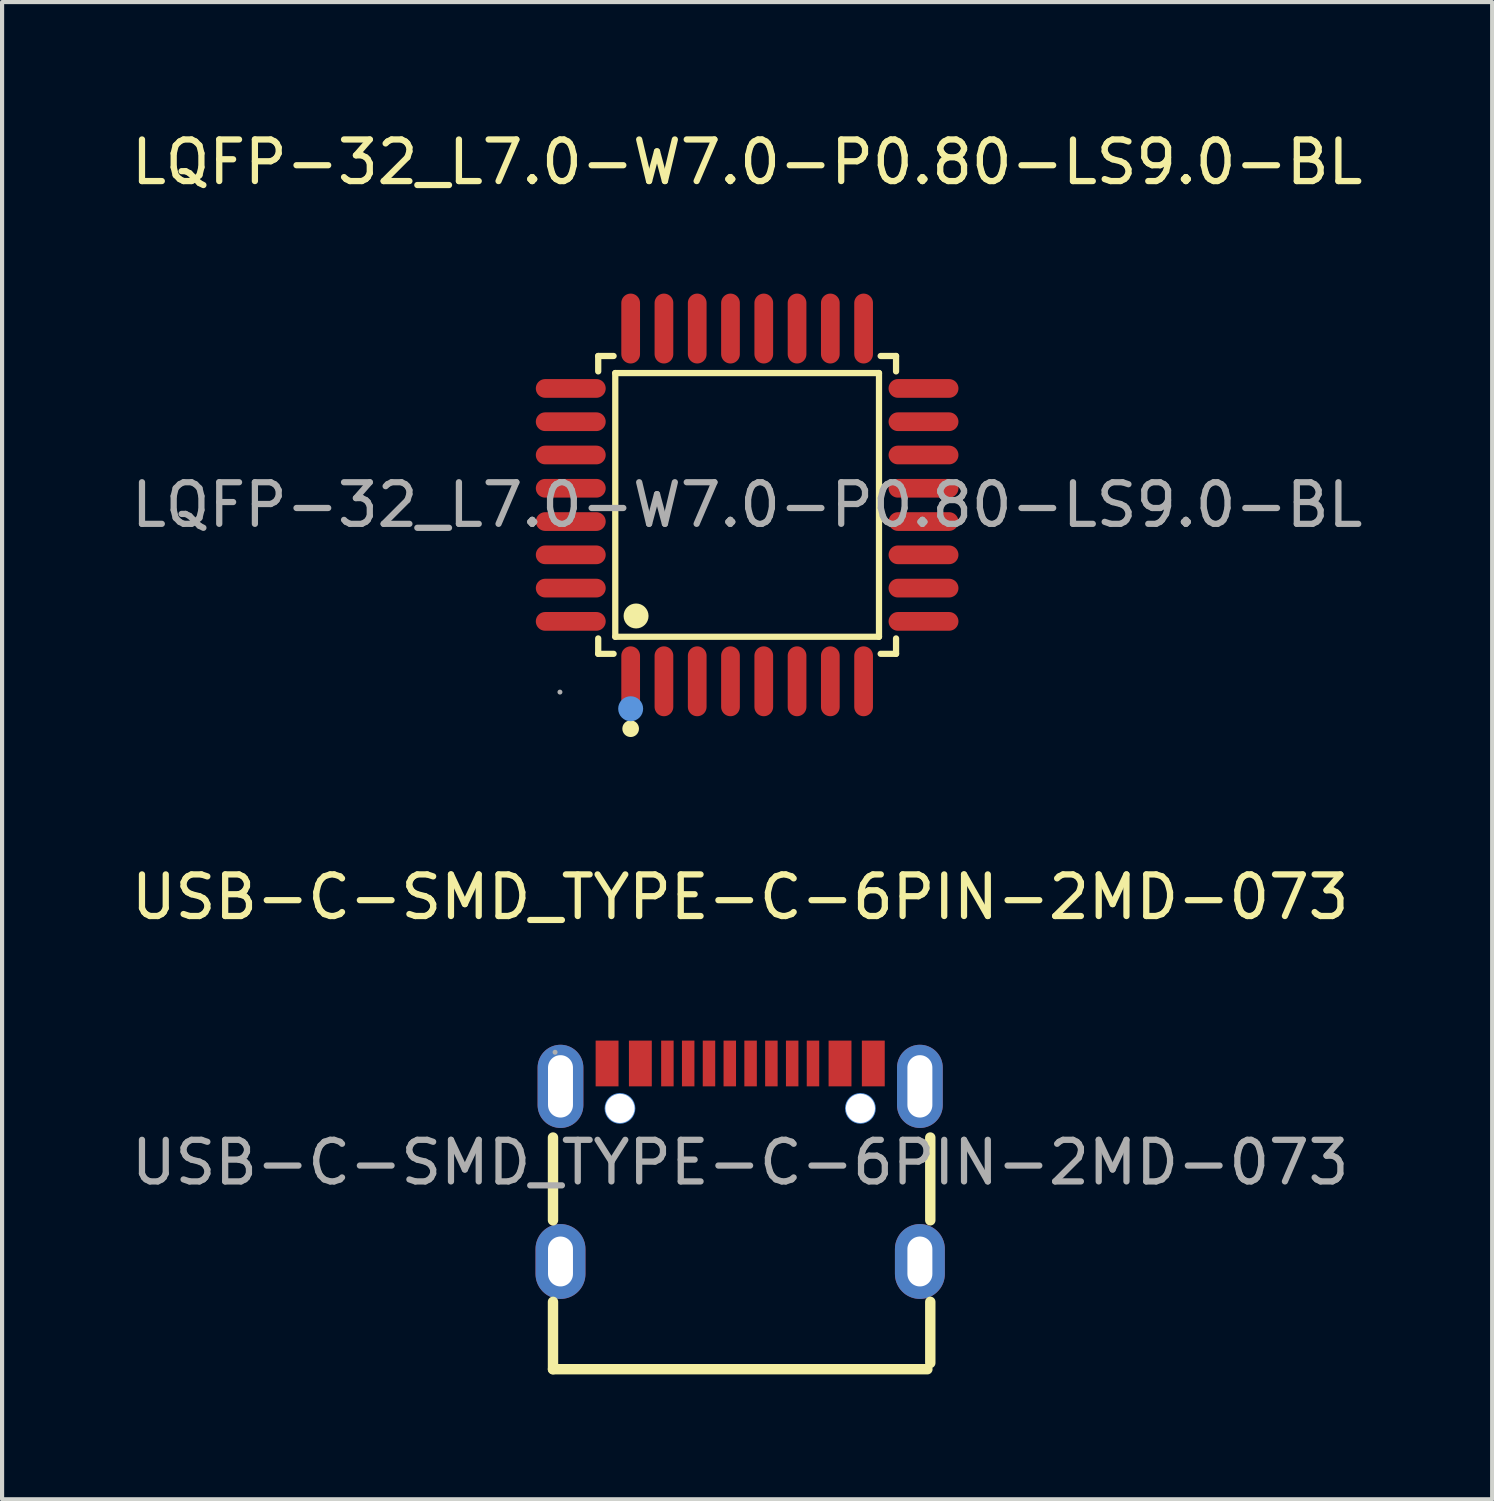
<source format=kicad_pcb>
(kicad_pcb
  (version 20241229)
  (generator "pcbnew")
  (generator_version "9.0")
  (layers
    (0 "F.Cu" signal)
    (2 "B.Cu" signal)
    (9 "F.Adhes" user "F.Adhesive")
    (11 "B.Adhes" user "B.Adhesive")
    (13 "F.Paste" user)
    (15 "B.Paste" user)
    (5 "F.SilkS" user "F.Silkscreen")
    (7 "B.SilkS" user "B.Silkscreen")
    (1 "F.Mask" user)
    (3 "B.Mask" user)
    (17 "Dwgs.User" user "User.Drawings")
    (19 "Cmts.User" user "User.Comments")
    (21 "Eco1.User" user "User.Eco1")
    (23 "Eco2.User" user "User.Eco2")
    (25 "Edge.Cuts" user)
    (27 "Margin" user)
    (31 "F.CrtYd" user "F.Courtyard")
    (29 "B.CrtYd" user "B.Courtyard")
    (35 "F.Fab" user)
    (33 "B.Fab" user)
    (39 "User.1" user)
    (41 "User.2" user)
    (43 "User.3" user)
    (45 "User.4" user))
  (footprint "LQFP-32_L7.0-W7.0-P0.80-LS9.0-BL"
    (layer "F.Cu")
    (at 14.911 9.088)
    (property "Reference" "LQFP-32_L7.0-W7.0-P0.80-LS9.0-BL" (at 0 -8.24 0) (layer "F.SilkS") (effects (font (size 1 1) (thickness 0.15))))
    (attr smd)
    (fp_line (start -3.58 -3.58) (end -3.21 -3.58) (stroke (width 0.15) (type solid)) (layer "F.SilkS"))
    (fp_line (start -3.58 -3.21) (end -3.58 -3.58) (stroke (width 0.15) (type solid)) (layer "F.SilkS"))
    (fp_line (start -3.58 3.21) (end -3.58 3.58) (stroke (width 0.15) (type solid)) (layer "F.SilkS"))
    (fp_line (start -3.58 3.58) (end -3.21 3.58) (stroke (width 0.15) (type solid)) (layer "F.SilkS"))
    (fp_line (start -3.17 -3.17) (end 3.17 -3.17) (stroke (width 0.15) (type solid)) (layer "F.SilkS"))
    (fp_line (start -3.17 3.17) (end -3.17 -3.17) (stroke (width 0.15) (type solid)) (layer "F.SilkS"))
    (fp_line (start 3.17 -3.17) (end 3.17 3.17) (stroke (width 0.15) (type solid)) (layer "F.SilkS"))
    (fp_line (start 3.17 3.17) (end -3.17 3.17) (stroke (width 0.15) (type solid)) (layer "F.SilkS"))
    (fp_line (start 3.58 -3.58) (end 3.21 -3.58) (stroke (width 0.15) (type solid)) (layer "F.SilkS"))
    (fp_line (start 3.58 -3.21) (end 3.58 -3.58) (stroke (width 0.15) (type solid)) (layer "F.SilkS"))
    (fp_line (start 3.58 3.21) (end 3.58 3.58) (stroke (width 0.15) (type solid)) (layer "F.SilkS"))
    (fp_line (start 3.58 3.58) (end 3.21 3.58) (stroke (width 0.15) (type solid)) (layer "F.SilkS"))
    (fp_circle (center -2.8 5.38) (end -2.7 5.38) (stroke (width 0.2) (type solid)) (fill no) (layer "F.SilkS"))
    (fp_circle (center -2.67 2.67) (end -2.52 2.67) (stroke (width 0.3) (type solid)) (fill no) (layer "F.SilkS"))
    (fp_circle (center -2.8 4.9) (end -2.65 4.9) (stroke (width 0.3) (type solid)) (fill no) (layer "Cmts.User"))
    (fp_circle (center -4.5 4.5) (end -4.47 4.5) (stroke (width 0.06) (type solid)) (fill no) (layer "F.Fab"))
    (fp_text user "${REFERENCE}" (at 0 0 0) (layer "F.Fab") (effects (font (size 1 1) (thickness 0.15))))
    (pad "1" smd oval (at -2.8 4.24) (size 0.45 1.68) (layers "F.Cu" "F.Mask" "F.Paste"))
    (pad "2" smd oval (at -2 4.24) (size 0.45 1.68) (layers "F.Cu" "F.Mask" "F.Paste"))
    (pad "3" smd oval (at -1.2 4.24) (size 0.45 1.68) (layers "F.Cu" "F.Mask" "F.Paste"))
    (pad "4" smd oval (at -0.4 4.24) (size 0.45 1.68) (layers "F.Cu" "F.Mask" "F.Paste"))
    (pad "5" smd oval (at 0.4 4.24) (size 0.45 1.68) (layers "F.Cu" "F.Mask" "F.Paste"))
    (pad "6" smd oval (at 1.2 4.24) (size 0.45 1.68) (layers "F.Cu" "F.Mask" "F.Paste"))
    (pad "7" smd oval (at 2 4.24) (size 0.45 1.68) (layers "F.Cu" "F.Mask" "F.Paste"))
    (pad "8" smd oval (at 2.8 4.24) (size 0.45 1.68) (layers "F.Cu" "F.Mask" "F.Paste"))
    (pad "9" smd oval (at 4.24 2.8) (size 1.68 0.45) (layers "F.Cu" "F.Mask" "F.Paste"))
    (pad "10" smd oval (at 4.24 2) (size 1.68 0.45) (layers "F.Cu" "F.Mask" "F.Paste"))
    (pad "11" smd oval (at 4.24 1.2) (size 1.68 0.45) (layers "F.Cu" "F.Mask" "F.Paste"))
    (pad "12" smd oval (at 4.24 0.4) (size 1.68 0.45) (layers "F.Cu" "F.Mask" "F.Paste"))
    (pad "13" smd oval (at 4.24 -0.4) (size 1.68 0.45) (layers "F.Cu" "F.Mask" "F.Paste"))
    (pad "14" smd oval (at 4.24 -1.2) (size 1.68 0.45) (layers "F.Cu" "F.Mask" "F.Paste"))
    (pad "15" smd oval (at 4.24 -2) (size 1.68 0.45) (layers "F.Cu" "F.Mask" "F.Paste"))
    (pad "16" smd oval (at 4.24 -2.8) (size 1.68 0.45) (layers "F.Cu" "F.Mask" "F.Paste"))
    (pad "17" smd oval (at 2.8 -4.24) (size 0.45 1.68) (layers "F.Cu" "F.Mask" "F.Paste"))
    (pad "18" smd oval (at 2 -4.24) (size 0.45 1.68) (layers "F.Cu" "F.Mask" "F.Paste"))
    (pad "19" smd oval (at 1.2 -4.24) (size 0.45 1.68) (layers "F.Cu" "F.Mask" "F.Paste"))
    (pad "20" smd oval (at 0.4 -4.24) (size 0.45 1.68) (layers "F.Cu" "F.Mask" "F.Paste"))
    (pad "21" smd oval (at -0.4 -4.24) (size 0.45 1.68) (layers "F.Cu" "F.Mask" "F.Paste"))
    (pad "22" smd oval (at -1.2 -4.24) (size 0.45 1.68) (layers "F.Cu" "F.Mask" "F.Paste"))
    (pad "23" smd oval (at -2 -4.24) (size 0.45 1.68) (layers "F.Cu" "F.Mask" "F.Paste"))
    (pad "24" smd oval (at -2.8 -4.24) (size 0.45 1.68) (layers "F.Cu" "F.Mask" "F.Paste"))
    (pad "25" smd oval (at -4.24 -2.8) (size 1.68 0.45) (layers "F.Cu" "F.Mask" "F.Paste"))
    (pad "26" smd oval (at -4.24 -2) (size 1.68 0.45) (layers "F.Cu" "F.Mask" "F.Paste"))
    (pad "27" smd oval (at -4.24 -1.2) (size 1.68 0.45) (layers "F.Cu" "F.Mask" "F.Paste"))
    (pad "28" smd oval (at -4.24 -0.4) (size 1.68 0.45) (layers "F.Cu" "F.Mask" "F.Paste"))
    (pad "29" smd oval (at -4.24 0.4) (size 1.68 0.45) (layers "F.Cu" "F.Mask" "F.Paste"))
    (pad "30" smd oval (at -4.24 1.2) (size 1.68 0.45) (layers "F.Cu" "F.Mask" "F.Paste"))
    (pad "31" smd oval (at -4.24 2) (size 1.68 0.45) (layers "F.Cu" "F.Mask" "F.Paste"))
    (pad "32" smd oval (at -4.24 2.8) (size 1.68 0.45) (layers "F.Cu" "F.Mask" "F.Paste")))
  (footprint "USB-C-SMD_TYPE-C-6PIN-2MD-073"
    (layer "F.Cu")
    (at 14.744 24.896)
    (property "Reference" "USB-C-SMD_TYPE-C-6PIN-2MD-073" (at 0 -6.38 0) (layer "F.SilkS") (effects (font (size 1 1) (thickness 0.15))))
    (attr smd)
    (fp_line (start -4.5 1.39) (end -4.5 -0.6) (stroke (width 0.25) (type solid)) (layer "F.SilkS"))
    (fp_line (start -4.5 4.97) (end -4.5 3.35) (stroke (width 0.25) (type solid)) (layer "F.SilkS"))
    (fp_line (start 4.5 4.97) (end -4.5 4.97) (stroke (width 0.25) (type solid)) (layer "F.SilkS"))
    (fp_line (start 4.57 1.39) (end 4.57 -0.6) (stroke (width 0.25) (type solid)) (layer "F.SilkS"))
    (fp_line (start 4.57 4.82) (end 4.57 3.35) (stroke (width 0.25) (type solid)) (layer "F.SilkS"))
    (fp_circle (center -2.89 -1.3) (end -2.77 -1.3) (stroke (width 0.25) (type solid)) (fill no) (layer "Cmts.User"))
    (fp_circle (center 2.89 -1.3) (end 3.01 -1.3) (stroke (width 0.25) (type solid)) (fill no) (layer "Cmts.User"))
    (fp_circle (center -4.45 -2.65) (end -4.42 -2.65) (stroke (width 0.06) (type solid)) (fill no) (layer "F.Fab"))
    (fp_text user "${REFERENCE}" (at 0 0 0) (layer "F.Fab") (effects (font (size 1 1) (thickness 0.15))))
    (pad "" np_thru_hole circle (at -2.89 -1.3) (size 0.7 0.7) (drill 0.7) (layers "*.Cu" "*.Mask"))
    (pad "" np_thru_hole circle (at 2.89 -1.3) (size 0.7 0.7) (drill 0.7) (layers "*.Cu" "*.Mask"))
    (pad "1" smd rect (at -3.2 -2.38) (size 0.55 1.1) (layers "F.Cu" "F.Mask" "F.Paste"))
    (pad "2" smd rect (at -2.4 -2.38) (size 0.55 1.1) (layers "F.Cu" "F.Mask" "F.Paste"))
    (pad "3" smd rect (at -1.75 -2.38) (size 0.3 1.1) (layers "F.Cu" "F.Mask" "F.Paste"))
    (pad "4" smd rect (at -1.25 -2.38) (size 0.3 1.1) (layers "F.Cu" "F.Mask" "F.Paste"))
    (pad "5" smd rect (at -0.75 -2.38) (size 0.3 1.1) (layers "F.Cu" "F.Mask" "F.Paste"))
    (pad "6" smd rect (at -0.25 -2.38) (size 0.3 1.1) (layers "F.Cu" "F.Mask" "F.Paste"))
    (pad "7" smd rect (at 0.25 -2.38) (size 0.3 1.1) (layers "F.Cu" "F.Mask" "F.Paste"))
    (pad "8" smd rect (at 0.75 -2.38) (size 0.3 1.1) (layers "F.Cu" "F.Mask" "F.Paste"))
    (pad "9" smd rect (at 1.25 -2.38) (size 0.3 1.1) (layers "F.Cu" "F.Mask" "F.Paste"))
    (pad "10" smd rect (at 1.75 -2.38) (size 0.3 1.1) (layers "F.Cu" "F.Mask" "F.Paste"))
    (pad "11" smd rect (at 2.4 -2.38) (size 0.55 1.1) (layers "F.Cu" "F.Mask" "F.Paste"))
    (pad "12" smd rect (at 3.2 -2.38) (size 0.55 1.1) (layers "F.Cu" "F.Mask" "F.Paste"))
    (pad "13" thru_hole oval (at -4.32 -1.83) (size 1.1 2) (drill oval 0.6 1.5) (layers "*.Cu" "*.Mask"))
    (pad "13" thru_hole oval (at -4.32 2.38) (size 1.2 1.8) (drill oval 0.6 1.2) (layers "*.Cu" "*.Mask"))
    (pad "14" thru_hole oval (at 4.32 -1.83) (size 1.1 2) (drill oval 0.6 1.5) (layers "*.Cu" "*.Mask"))
    (pad "14" thru_hole oval (at 4.32 2.38) (size 1.2 1.8) (drill oval 0.6 1.2) (layers "*.Cu" "*.Mask")))
  (gr_rect
    (start -3 -3)
    (end 32.821 32.992)
    (stroke (width 0.1) (type default))
    (fill no)
    (layer "Edge.Cuts")))
</source>
